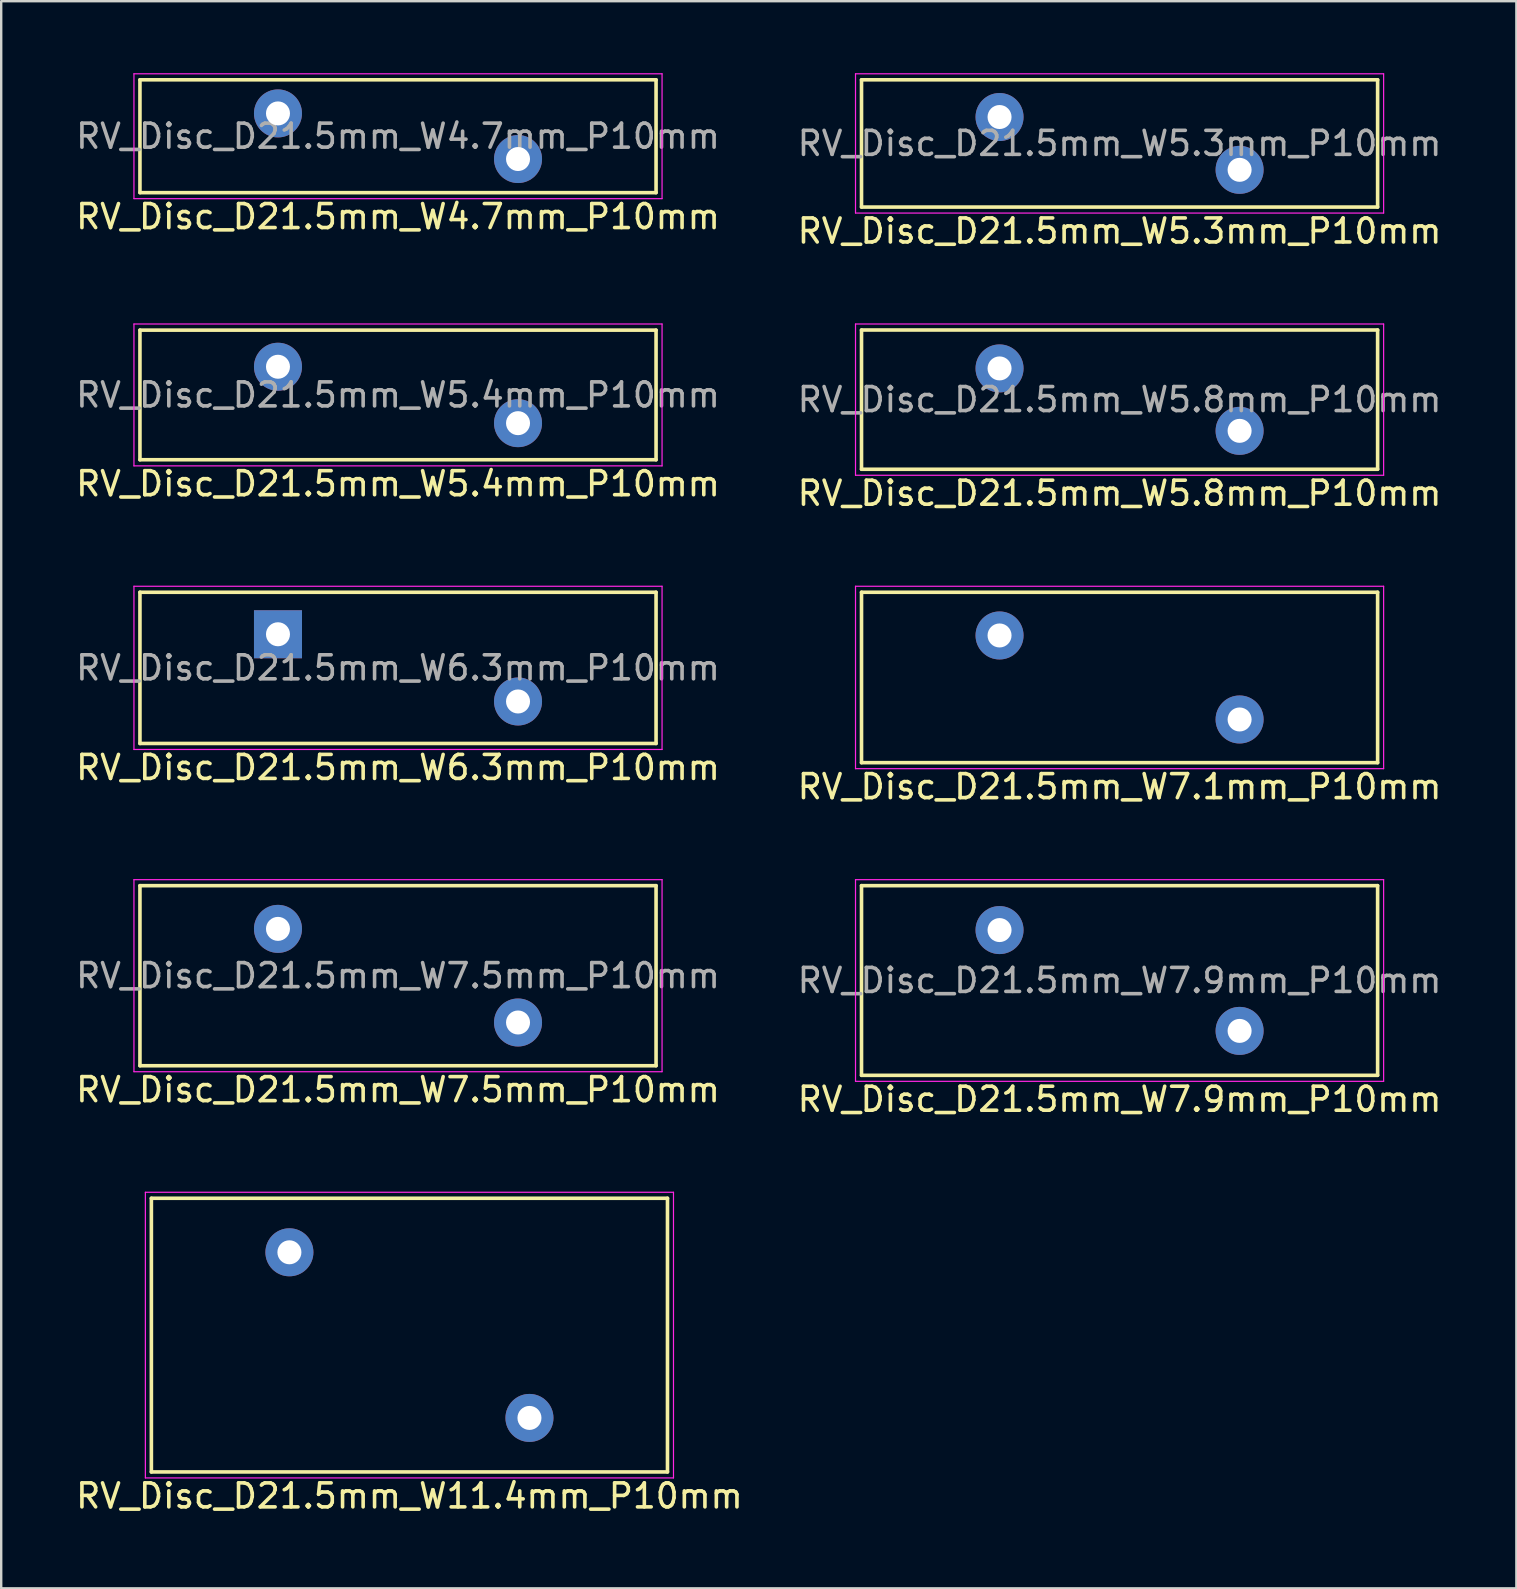
<source format=kicad_pcb>
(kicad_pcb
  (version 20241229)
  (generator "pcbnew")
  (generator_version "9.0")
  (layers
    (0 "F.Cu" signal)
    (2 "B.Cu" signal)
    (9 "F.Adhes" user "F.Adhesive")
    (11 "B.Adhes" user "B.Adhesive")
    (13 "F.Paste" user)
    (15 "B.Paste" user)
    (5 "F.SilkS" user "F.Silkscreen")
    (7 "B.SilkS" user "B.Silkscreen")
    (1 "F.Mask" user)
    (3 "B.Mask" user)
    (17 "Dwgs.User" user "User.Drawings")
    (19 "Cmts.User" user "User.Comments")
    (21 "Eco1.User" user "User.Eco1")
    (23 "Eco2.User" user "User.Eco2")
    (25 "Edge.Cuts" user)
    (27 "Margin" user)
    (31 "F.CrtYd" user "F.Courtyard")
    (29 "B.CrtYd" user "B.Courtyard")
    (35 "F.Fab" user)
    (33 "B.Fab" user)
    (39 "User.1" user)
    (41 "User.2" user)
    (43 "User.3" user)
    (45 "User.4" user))
  (footprint "RV_Disc_D21.5mm_W5.3mm_P10mm"
    (layer "F.Cu")
    (at 38.589 1.825)
    (property "Reference" "RV_Disc_D21.5mm_W5.3mm_P10mm" (at 5 4.75 0) (layer "F.SilkS") (effects (font (size 1 1) (thickness 0.15))))
    (attr through_hole)
    (fp_line (start -5.75 -1.55) (end -5.75 3.75) (stroke (width 0.15) (type solid)) (layer "F.SilkS"))
    (fp_line (start -5.75 -1.55) (end 15.75 -1.55) (stroke (width 0.15) (type solid)) (layer "F.SilkS"))
    (fp_line (start -5.75 3.75) (end 15.75 3.75) (stroke (width 0.15) (type solid)) (layer "F.SilkS"))
    (fp_line (start 15.75 -1.55) (end 15.75 3.75) (stroke (width 0.15) (type solid)) (layer "F.SilkS"))
    (fp_line (start -6 -1.8) (end -6 4) (stroke (width 0.05) (type solid)) (layer "F.CrtYd"))
    (fp_line (start -6 -1.8) (end 16 -1.8) (stroke (width 0.05) (type solid)) (layer "F.CrtYd"))
    (fp_line (start -6 4) (end 16 4) (stroke (width 0.05) (type solid)) (layer "F.CrtYd"))
    (fp_line (start 16 -1.8) (end 16 4) (stroke (width 0.05) (type solid)) (layer "F.CrtYd"))
    (fp_text user "${REFERENCE}" (at 5 1.1 0) (layer "F.Fab") (effects (font (size 1 1) (thickness 0.15))))
    (pad "1" thru_hole circle (at 0 0) (size 2 2) (drill 1) (layers "*.Cu" "*.Mask"))
    (pad "2" thru_hole circle (at 10 2.2) (size 2 2) (drill 1) (layers "*.Cu" "*.Mask")))
  (footprint "RV_Disc_D21.5mm_W4.7mm_P10mm"
    (layer "F.Cu")
    (at 8.53 1.675)
    (property "Reference" "RV_Disc_D21.5mm_W4.7mm_P10mm" (at 5 4.3 0) (layer "F.SilkS") (effects (font (size 1 1) (thickness 0.15))))
    (attr through_hole)
    (fp_line (start -5.75 -1.4) (end -5.75 3.3) (stroke (width 0.15) (type solid)) (layer "F.SilkS"))
    (fp_line (start -5.75 -1.4) (end 15.75 -1.4) (stroke (width 0.15) (type solid)) (layer "F.SilkS"))
    (fp_line (start -5.75 3.3) (end 15.75 3.3) (stroke (width 0.15) (type solid)) (layer "F.SilkS"))
    (fp_line (start 15.75 -1.4) (end 15.75 3.3) (stroke (width 0.15) (type solid)) (layer "F.SilkS"))
    (fp_line (start -6 -1.65) (end -6 3.55) (stroke (width 0.05) (type solid)) (layer "F.CrtYd"))
    (fp_line (start -6 -1.65) (end 16 -1.65) (stroke (width 0.05) (type solid)) (layer "F.CrtYd"))
    (fp_line (start -6 3.55) (end 16 3.55) (stroke (width 0.05) (type solid)) (layer "F.CrtYd"))
    (fp_line (start 16 -1.65) (end 16 3.55) (stroke (width 0.05) (type solid)) (layer "F.CrtYd"))
    (fp_text user "${REFERENCE}" (at 5 0.95 0) (layer "F.Fab") (effects (font (size 1 1) (thickness 0.15))))
    (pad "1" thru_hole circle (at 0 0) (size 2 2) (drill 1) (layers "*.Cu" "*.Mask"))
    (pad "2" thru_hole circle (at 10 1.9) (size 2 2) (drill 1) (layers "*.Cu" "*.Mask")))
  (footprint "RV_Disc_D21.5mm_W7.9mm_P10mm"
    (layer "F.Cu")
    (at 38.589 35.695)
    (property "Reference" "RV_Disc_D21.5mm_W7.9mm_P10mm" (at 5 7.05 0) (layer "F.SilkS") (effects (font (size 1 1) (thickness 0.15))))
    (attr through_hole)
    (fp_line (start -5.75 -1.85) (end -5.75 6.05) (stroke (width 0.15) (type solid)) (layer "F.SilkS"))
    (fp_line (start -5.75 -1.85) (end 15.75 -1.85) (stroke (width 0.15) (type solid)) (layer "F.SilkS"))
    (fp_line (start -5.75 6.05) (end 15.75 6.05) (stroke (width 0.15) (type solid)) (layer "F.SilkS"))
    (fp_line (start 15.75 -1.85) (end 15.75 6.05) (stroke (width 0.15) (type solid)) (layer "F.SilkS"))
    (fp_line (start -6 -2.1) (end -6 6.3) (stroke (width 0.05) (type solid)) (layer "F.CrtYd"))
    (fp_line (start -6 -2.1) (end 16 -2.1) (stroke (width 0.05) (type solid)) (layer "F.CrtYd"))
    (fp_line (start -6 6.3) (end 16 6.3) (stroke (width 0.05) (type solid)) (layer "F.CrtYd"))
    (fp_line (start 16 -2.1) (end 16 6.3) (stroke (width 0.05) (type solid)) (layer "F.CrtYd"))
    (fp_text user "${REFERENCE}" (at 5 2.1 0) (layer "F.Fab") (effects (font (size 1 1) (thickness 0.15))))
    (pad "1" thru_hole circle (at 0 0) (size 2 2) (drill 1) (layers "*.Cu" "*.Mask"))
    (pad "2" thru_hole circle (at 10 4.2) (size 2 2) (drill 1) (layers "*.Cu" "*.Mask")))
  (footprint "RV_Disc_D21.5mm_W7.1mm_P10mm"
    (layer "F.Cu")
    (at 38.589 23.422)
    (property "Reference" "RV_Disc_D21.5mm_W7.1mm_P10mm" (at 5 6.3 0) (layer "F.SilkS") (effects (font (size 1 1) (thickness 0.15))))
    (attr through_hole)
    (fp_line (start -5.75 -1.8) (end -5.75 5.3) (stroke (width 0.15) (type solid)) (layer "F.SilkS"))
    (fp_line (start -5.75 -1.8) (end 15.75 -1.8) (stroke (width 0.15) (type solid)) (layer "F.SilkS"))
    (fp_line (start -5.75 5.3) (end 15.75 5.3) (stroke (width 0.15) (type solid)) (layer "F.SilkS"))
    (fp_line (start 15.75 -1.8) (end 15.75 5.3) (stroke (width 0.15) (type solid)) (layer "F.SilkS"))
    (fp_line (start -6 -2.05) (end -6 5.55) (stroke (width 0.05) (type solid)) (layer "F.CrtYd"))
    (fp_line (start -6 -2.05) (end 16 -2.05) (stroke (width 0.05) (type solid)) (layer "F.CrtYd"))
    (fp_line (start -6 5.55) (end 16 5.55) (stroke (width 0.05) (type solid)) (layer "F.CrtYd"))
    (fp_line (start 16 -2.05) (end 16 5.55) (stroke (width 0.05) (type solid)) (layer "F.CrtYd"))
    (pad "1" thru_hole circle (at 0 0) (size 2 2) (drill 1) (layers "*.Cu" "*.Mask"))
    (pad "2" thru_hole circle (at 10 3.5) (size 2 2) (drill 1) (layers "*.Cu" "*.Mask")))
  (footprint "RV_Disc_D21.5mm_W7.5mm_P10mm"
    (layer "F.Cu")
    (at 8.53 35.645)
    (property "Reference" "RV_Disc_D21.5mm_W7.5mm_P10mm" (at 5 6.7 0) (layer "F.SilkS") (effects (font (size 1 1) (thickness 0.15))))
    (attr through_hole)
    (fp_line (start -5.75 -1.8) (end -5.75 5.7) (stroke (width 0.15) (type solid)) (layer "F.SilkS"))
    (fp_line (start -5.75 -1.8) (end 15.75 -1.8) (stroke (width 0.15) (type solid)) (layer "F.SilkS"))
    (fp_line (start -5.75 5.7) (end 15.75 5.7) (stroke (width 0.15) (type solid)) (layer "F.SilkS"))
    (fp_line (start 15.75 -1.8) (end 15.75 5.7) (stroke (width 0.15) (type solid)) (layer "F.SilkS"))
    (fp_line (start -6 -2.05) (end -6 5.95) (stroke (width 0.05) (type solid)) (layer "F.CrtYd"))
    (fp_line (start -6 -2.05) (end 16 -2.05) (stroke (width 0.05) (type solid)) (layer "F.CrtYd"))
    (fp_line (start -6 5.95) (end 16 5.95) (stroke (width 0.05) (type solid)) (layer "F.CrtYd"))
    (fp_line (start 16 -2.05) (end 16 5.95) (stroke (width 0.05) (type solid)) (layer "F.CrtYd"))
    (fp_text user "${REFERENCE}" (at 5 1.95 0) (layer "F.Fab") (effects (font (size 1 1) (thickness 0.15))))
    (pad "1" thru_hole circle (at 0 0) (size 2 2) (drill 1) (layers "*.Cu" "*.Mask"))
    (pad "2" thru_hole circle (at 10 3.9) (size 2 2) (drill 1) (layers "*.Cu" "*.Mask")))
  (footprint "RV_Disc_D21.5mm_W5.8mm_P10mm"
    (layer "F.Cu")
    (at 38.589 12.298)
    (property "Reference" "RV_Disc_D21.5mm_W5.8mm_P10mm" (at 5 5.2 0) (layer "F.SilkS") (effects (font (size 1 1) (thickness 0.15))))
    (attr through_hole)
    (fp_line (start -5.75 -1.6) (end -5.75 4.2) (stroke (width 0.15) (type solid)) (layer "F.SilkS"))
    (fp_line (start -5.75 -1.6) (end 15.75 -1.6) (stroke (width 0.15) (type solid)) (layer "F.SilkS"))
    (fp_line (start -5.75 4.2) (end 15.75 4.2) (stroke (width 0.15) (type solid)) (layer "F.SilkS"))
    (fp_line (start 15.75 -1.6) (end 15.75 4.2) (stroke (width 0.15) (type solid)) (layer "F.SilkS"))
    (fp_line (start -6 -1.85) (end -6 4.45) (stroke (width 0.05) (type solid)) (layer "F.CrtYd"))
    (fp_line (start -6 -1.85) (end 16 -1.85) (stroke (width 0.05) (type solid)) (layer "F.CrtYd"))
    (fp_line (start -6 4.45) (end 16 4.45) (stroke (width 0.05) (type solid)) (layer "F.CrtYd"))
    (fp_line (start 16 -1.85) (end 16 4.45) (stroke (width 0.05) (type solid)) (layer "F.CrtYd"))
    (fp_text user "${REFERENCE}" (at 5 1.3 0) (layer "F.Fab") (effects (font (size 1 1) (thickness 0.15))))
    (pad "1" thru_hole circle (at 0 0) (size 2 2) (drill 1) (layers "*.Cu" "*.Mask"))
    (pad "2" thru_hole circle (at 10 2.6) (size 2 2) (drill 1) (layers "*.Cu" "*.Mask")))
  (footprint "RV_Disc_D21.5mm_W11.4mm_P10mm"
    (layer "F.Cu")
    (at 9.006 49.118)
    (property "Reference" "RV_Disc_D21.5mm_W11.4mm_P10mm" (at 5 10.15 0) (layer "F.SilkS") (effects (font (size 1 1) (thickness 0.15))))
    (attr through_hole)
    (fp_line (start -5.75 -2.25) (end -5.75 9.15) (stroke (width 0.15) (type solid)) (layer "F.SilkS"))
    (fp_line (start -5.75 -2.25) (end 15.75 -2.25) (stroke (width 0.15) (type solid)) (layer "F.SilkS"))
    (fp_line (start -5.75 9.15) (end 15.75 9.15) (stroke (width 0.15) (type solid)) (layer "F.SilkS"))
    (fp_line (start 15.75 -2.25) (end 15.75 9.15) (stroke (width 0.15) (type solid)) (layer "F.SilkS"))
    (fp_line (start -6 -2.5) (end -6 9.4) (stroke (width 0.05) (type solid)) (layer "F.CrtYd"))
    (fp_line (start -6 -2.5) (end 16 -2.5) (stroke (width 0.05) (type solid)) (layer "F.CrtYd"))
    (fp_line (start -6 9.4) (end 16 9.4) (stroke (width 0.05) (type solid)) (layer "F.CrtYd"))
    (fp_line (start 16 -2.5) (end 16 9.4) (stroke (width 0.05) (type solid)) (layer "F.CrtYd"))
    (pad "1" thru_hole circle (at 0 0) (size 2 2) (drill 1) (layers "*.Cu" "*.Mask"))
    (pad "2" thru_hole circle (at 10 6.9) (size 2 2) (drill 1) (layers "*.Cu" "*.Mask")))
  (footprint "RV_Disc_D21.5mm_W6.3mm_P10mm"
    (layer "F.Cu")
    (at 8.53 23.372)
    (property "Reference" "RV_Disc_D21.5mm_W6.3mm_P10mm" (at 5 5.55 0) (layer "F.SilkS") (effects (font (size 1 1) (thickness 0.15))))
    (attr through_hole)
    (fp_line (start -5.75 -1.75) (end -5.75 4.55) (stroke (width 0.15) (type solid)) (layer "F.SilkS"))
    (fp_line (start -5.75 -1.75) (end 15.75 -1.75) (stroke (width 0.15) (type solid)) (layer "F.SilkS"))
    (fp_line (start -5.75 4.55) (end 15.75 4.55) (stroke (width 0.15) (type solid)) (layer "F.SilkS"))
    (fp_line (start 15.75 -1.75) (end 15.75 4.55) (stroke (width 0.15) (type solid)) (layer "F.SilkS"))
    (fp_line (start -6 -2) (end -6 4.8) (stroke (width 0.05) (type solid)) (layer "F.CrtYd"))
    (fp_line (start -6 -2) (end 16 -2) (stroke (width 0.05) (type solid)) (layer "F.CrtYd"))
    (fp_line (start -6 4.8) (end 16 4.8) (stroke (width 0.05) (type solid)) (layer "F.CrtYd"))
    (fp_line (start 16 -2) (end 16 4.8) (stroke (width 0.05) (type solid)) (layer "F.CrtYd"))
    (fp_text user "${REFERENCE}" (at 5 1.4 0) (layer "F.Fab") (effects (font (size 1 1) (thickness 0.15))))
    (pad "1" thru_hole rect (at 0 0) (size 2 2) (drill 1) (layers "*.Cu" "*.Mask"))
    (pad "2" thru_hole circle (at 10 2.8) (size 2 2) (drill 1) (layers "*.Cu" "*.Mask")))
  (footprint "RV_Disc_D21.5mm_W5.4mm_P10mm"
    (layer "F.Cu")
    (at 8.53 12.228)
    (property "Reference" "RV_Disc_D21.5mm_W5.4mm_P10mm" (at 5 4.875 0) (layer "F.SilkS") (effects (font (size 1 1) (thickness 0.15))))
    (attr through_hole)
    (fp_line (start -5.75 -1.525) (end -5.75 3.875) (stroke (width 0.15) (type solid)) (layer "F.SilkS"))
    (fp_line (start -5.75 -1.525) (end 15.75 -1.525) (stroke (width 0.15) (type solid)) (layer "F.SilkS"))
    (fp_line (start -5.75 3.875) (end 15.75 3.875) (stroke (width 0.15) (type solid)) (layer "F.SilkS"))
    (fp_line (start 15.75 -1.525) (end 15.75 3.875) (stroke (width 0.15) (type solid)) (layer "F.SilkS"))
    (fp_line (start -6 -1.78) (end -6 4.13) (stroke (width 0.05) (type solid)) (layer "F.CrtYd"))
    (fp_line (start -6 -1.78) (end 16 -1.78) (stroke (width 0.05) (type solid)) (layer "F.CrtYd"))
    (fp_line (start -6 4.13) (end 16 4.13) (stroke (width 0.05) (type solid)) (layer "F.CrtYd"))
    (fp_line (start 16 -1.78) (end 16 4.13) (stroke (width 0.05) (type solid)) (layer "F.CrtYd"))
    (fp_text user "${REFERENCE}" (at 5 1.175 0) (layer "F.Fab") (effects (font (size 1 1) (thickness 0.15))))
    (pad "1" thru_hole circle (at 0 0) (size 2 2) (drill 1) (layers "*.Cu" "*.Mask"))
    (pad "2" thru_hole circle (at 10 2.35) (size 2 2) (drill 1) (layers "*.Cu" "*.Mask")))
  (gr_rect
    (start -3 -3)
    (end 60.119 63.116)
    (stroke (width 0.1) (type default))
    (fill no)
    (layer "Edge.Cuts")))
</source>
